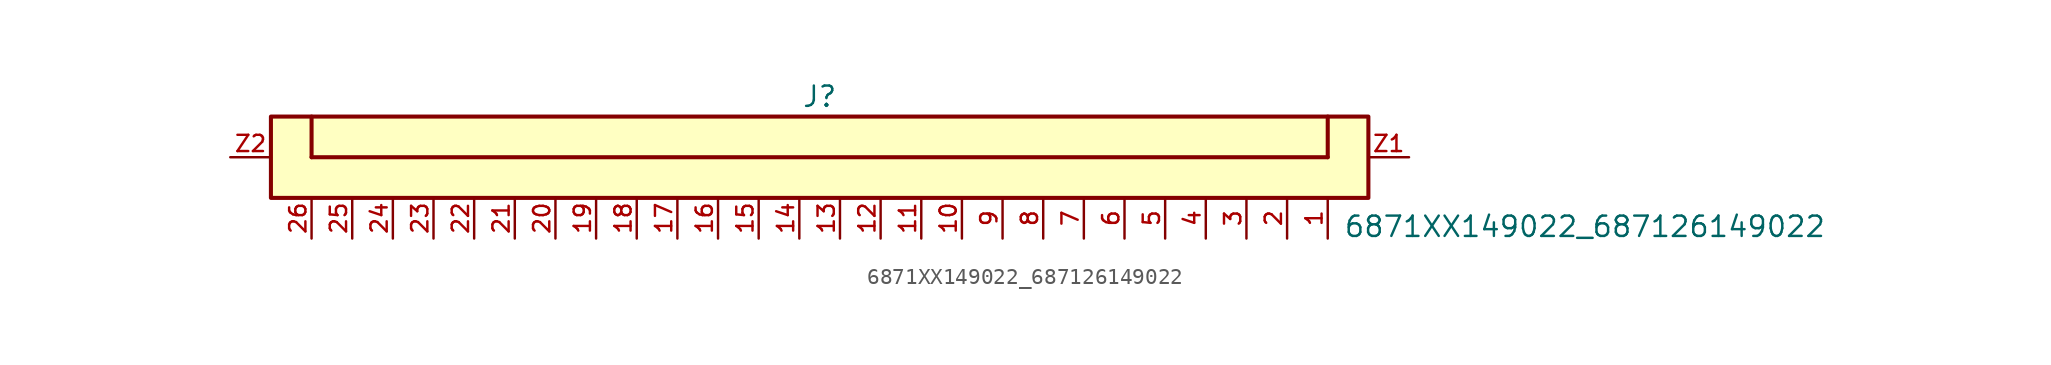
<source format=kicad_sym>
(kicad_symbol_lib
  (version 20211014)
  (generator kicad_symbol_editor)
  (symbol "6871XX149022_687126149022"
    (pin_names
      (offset 1.016))
    (property "Reference" "J"
      (at -1.27 3.048 0)
      (effects (font (size 1.27 1.27)) (justify bottom)))
    (property "Value" "6871XX149022_687126149022"
      (at 31.45 -5.08 0)
      (effects (font (size 1.27 1.27)) (justify bottom left)))
    (symbol "6871XX149022_687126149022_0_0"
      (polyline (pts (xy -33.02 2.54) (xy -33.02 0.0)) (stroke (width 0.254)))
      (polyline (pts (xy -33.02 0.0) (xy 30.48 0.0)) (stroke (width 0.254)))
      (polyline (pts (xy 30.48 0.0) (xy 30.48 2.54)) (stroke (width 0.254)))
      (rectangle (start -35.56 -2.54) (end 33.02 2.54) (stroke (width 0.254)) (fill (type background)))
      (pin passive line (at 30.48 -5.08 90.0) (length 2.54) (name "~" (effects (font (size 1.016 1.016)))) (number "1" (effects (font (size 1.016 1.016)))))
      (pin passive line (at 27.94 -5.08 90.0) (length 2.54) (name "~" (effects (font (size 1.016 1.016)))) (number "2" (effects (font (size 1.016 1.016)))))
      (pin passive line (at 25.4 -5.08 90.0) (length 2.54) (name "~" (effects (font (size 1.016 1.016)))) (number "3" (effects (font (size 1.016 1.016)))))
      (pin passive line (at 22.86 -5.08 90.0) (length 2.54) (name "~" (effects (font (size 1.016 1.016)))) (number "4" (effects (font (size 1.016 1.016)))))
      (pin passive line (at 20.32 -5.08 90.0) (length 2.54) (name "~" (effects (font (size 1.016 1.016)))) (number "5" (effects (font (size 1.016 1.016)))))
      (pin passive line (at 17.78 -5.08 90.0) (length 2.54) (name "~" (effects (font (size 1.016 1.016)))) (number "6" (effects (font (size 1.016 1.016)))))
      (pin passive line (at 15.24 -5.08 90.0) (length 2.54) (name "~" (effects (font (size 1.016 1.016)))) (number "7" (effects (font (size 1.016 1.016)))))
      (pin passive line (at 12.7 -5.08 90.0) (length 2.54) (name "~" (effects (font (size 1.016 1.016)))) (number "8" (effects (font (size 1.016 1.016)))))
      (pin passive line (at 10.16 -5.08 90.0) (length 2.54) (name "~" (effects (font (size 1.016 1.016)))) (number "9" (effects (font (size 1.016 1.016)))))
      (pin passive line (at 7.62 -5.08 90.0) (length 2.54) (name "~" (effects (font (size 1.016 1.016)))) (number "10" (effects (font (size 1.016 1.016)))))
      (pin passive line (at 5.08 -5.08 90.0) (length 2.54) (name "~" (effects (font (size 1.016 1.016)))) (number "11" (effects (font (size 1.016 1.016)))))
      (pin passive line (at 2.54 -5.08 90.0) (length 2.54) (name "~" (effects (font (size 1.016 1.016)))) (number "12" (effects (font (size 1.016 1.016)))))
      (pin passive line (at 0.0 -5.08 90.0) (length 2.54) (name "~" (effects (font (size 1.016 1.016)))) (number "13" (effects (font (size 1.016 1.016)))))
      (pin passive line (at -2.54 -5.08 90.0) (length 2.54) (name "~" (effects (font (size 1.016 1.016)))) (number "14" (effects (font (size 1.016 1.016)))))
      (pin passive line (at -5.08 -5.08 90.0) (length 2.54) (name "~" (effects (font (size 1.016 1.016)))) (number "15" (effects (font (size 1.016 1.016)))))
      (pin passive line (at -7.62 -5.08 90.0) (length 2.54) (name "~" (effects (font (size 1.016 1.016)))) (number "16" (effects (font (size 1.016 1.016)))))
      (pin passive line (at -10.16 -5.08 90.0) (length 2.54) (name "~" (effects (font (size 1.016 1.016)))) (number "17" (effects (font (size 1.016 1.016)))))
      (pin passive line (at -12.7 -5.08 90.0) (length 2.54) (name "~" (effects (font (size 1.016 1.016)))) (number "18" (effects (font (size 1.016 1.016)))))
      (pin passive line (at -15.24 -5.08 90.0) (length 2.54) (name "~" (effects (font (size 1.016 1.016)))) (number "19" (effects (font (size 1.016 1.016)))))
      (pin passive line (at -17.78 -5.08 90.0) (length 2.54) (name "~" (effects (font (size 1.016 1.016)))) (number "20" (effects (font (size 1.016 1.016)))))
      (pin passive line (at -20.32 -5.08 90.0) (length 2.54) (name "~" (effects (font (size 1.016 1.016)))) (number "21" (effects (font (size 1.016 1.016)))))
      (pin passive line (at -22.86 -5.08 90.0) (length 2.54) (name "~" (effects (font (size 1.016 1.016)))) (number "22" (effects (font (size 1.016 1.016)))))
      (pin passive line (at -25.4 -5.08 90.0) (length 2.54) (name "~" (effects (font (size 1.016 1.016)))) (number "23" (effects (font (size 1.016 1.016)))))
      (pin passive line (at -27.94 -5.08 90.0) (length 2.54) (name "~" (effects (font (size 1.016 1.016)))) (number "24" (effects (font (size 1.016 1.016)))))
      (pin passive line (at -30.48 -5.08 90.0) (length 2.54) (name "~" (effects (font (size 1.016 1.016)))) (number "25" (effects (font (size 1.016 1.016)))))
      (pin passive line (at -33.02 -5.08 90.0) (length 2.54) (name "~" (effects (font (size 1.016 1.016)))) (number "26" (effects (font (size 1.016 1.016)))))
      (pin passive line (at 35.56 0.0 180.0) (length 2.54) (name "~" (effects (font (size 1.016 1.016)))) (number "Z1" (effects (font (size 1.016 1.016)))))
      (pin passive line (at -38.1 0.0 0) (length 2.54) (name "~" (effects (font (size 1.016 1.016)))) (number "Z2" (effects (font (size 1.016 1.016))))))))
</source>
